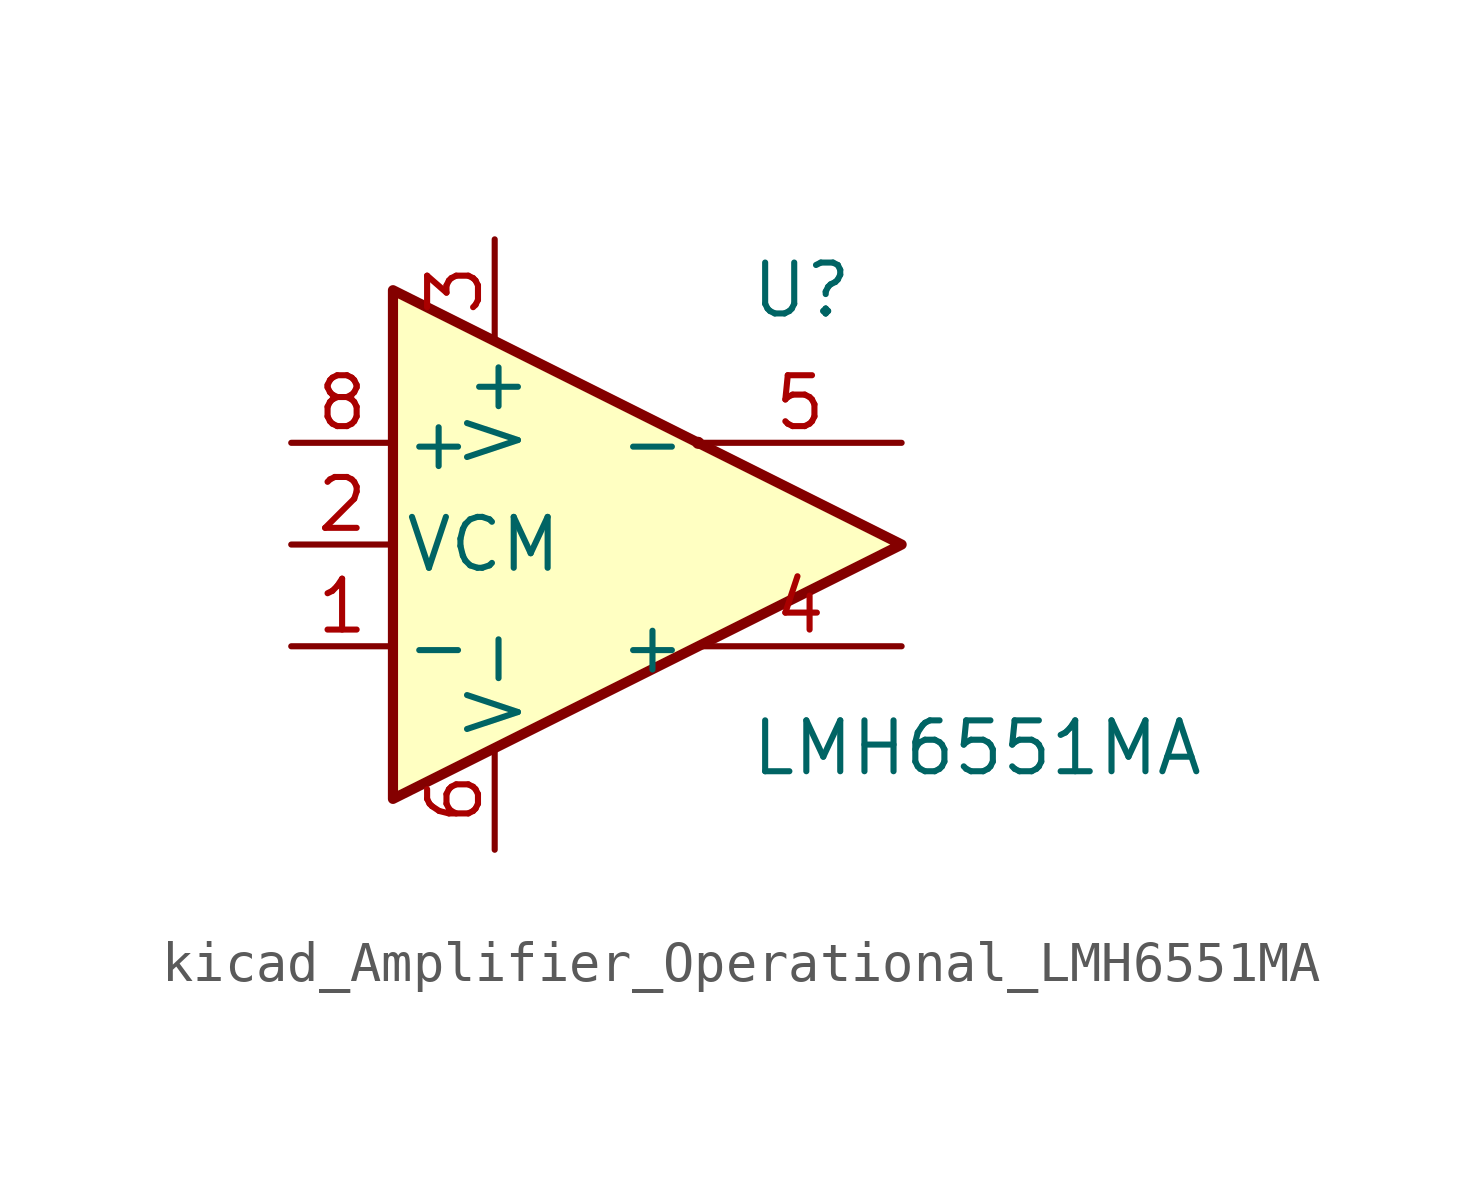
<source format=kicad_sym>
(kicad_symbol_lib
  (version 20220914)
  (generator kicad_symbol_editor)
  (symbol "kicad_Amplifier_Operational_LMH6551MA"
    (pin_names
      (offset 0.254))
    (property "Reference" "U"
      (at 3.81 6.35 0)
      (effects (font (size 1.27 1.27)) (justify left)))
    (property "Value" "LMH6551MA"
      (at 3.81 -5.08 0)
      (effects (font (size 1.27 1.27)) (justify left)))
    (symbol "kicad_Amplifier_Operational_LMH6551MA_0_1"
      (polyline (pts (xy 7.62 0) (xy -5.08 6.35) (xy -5.08 -6.35) (xy 7.62 0)) (stroke (width 0.254) (type default)) (fill (type background)))
      (circle (center 2.54 2.54) (radius 0.0001) (stroke (width 0) (type default)) (fill (type none))))
    (symbol "kicad_Amplifier_Operational_LMH6551MA_1_1"
      (pin input line (at -7.62 -2.54 0) (length 2.54) (name "-" (effects (font (size 1.27 1.27)))) (number "1" (effects (font (size 1.27 1.27)))))
      (pin input line (at -7.62 0 0) (length 2.54) (name "VCM" (effects (font (size 1.27 1.27)))) (number "2" (effects (font (size 1.27 1.27)))))
      (pin power_in line (at -2.54 7.62 270) (length 2.54) (name "V+" (effects (font (size 1.27 1.27)))) (number "3" (effects (font (size 1.27 1.27)))))
      (pin output line (at 7.62 -2.54 180) (length 5.08) (name "+" (effects (font (size 1.27 1.27)))) (number "4" (effects (font (size 1.27 1.27)))))
      (pin output line (at 7.62 2.54 180) (length 5.08) (name "-" (effects (font (size 1.27 1.27)))) (number "5" (effects (font (size 1.27 1.27)))))
      (pin power_in line (at -2.54 -7.62 90) (length 2.54) (name "V-" (effects (font (size 1.27 1.27)))) (number "6" (effects (font (size 1.27 1.27)))))
      (pin no_connect line (at 5.08 0 180) (length 2.54) hide (name "NC" (effects (font (size 1.27 1.27)))) (number "7" (effects (font (size 1.27 1.27)))))
      (pin input line (at -7.62 2.54 0) (length 2.54) (name "+" (effects (font (size 1.27 1.27)))) (number "8" (effects (font (size 1.27 1.27))))))))
</source>
